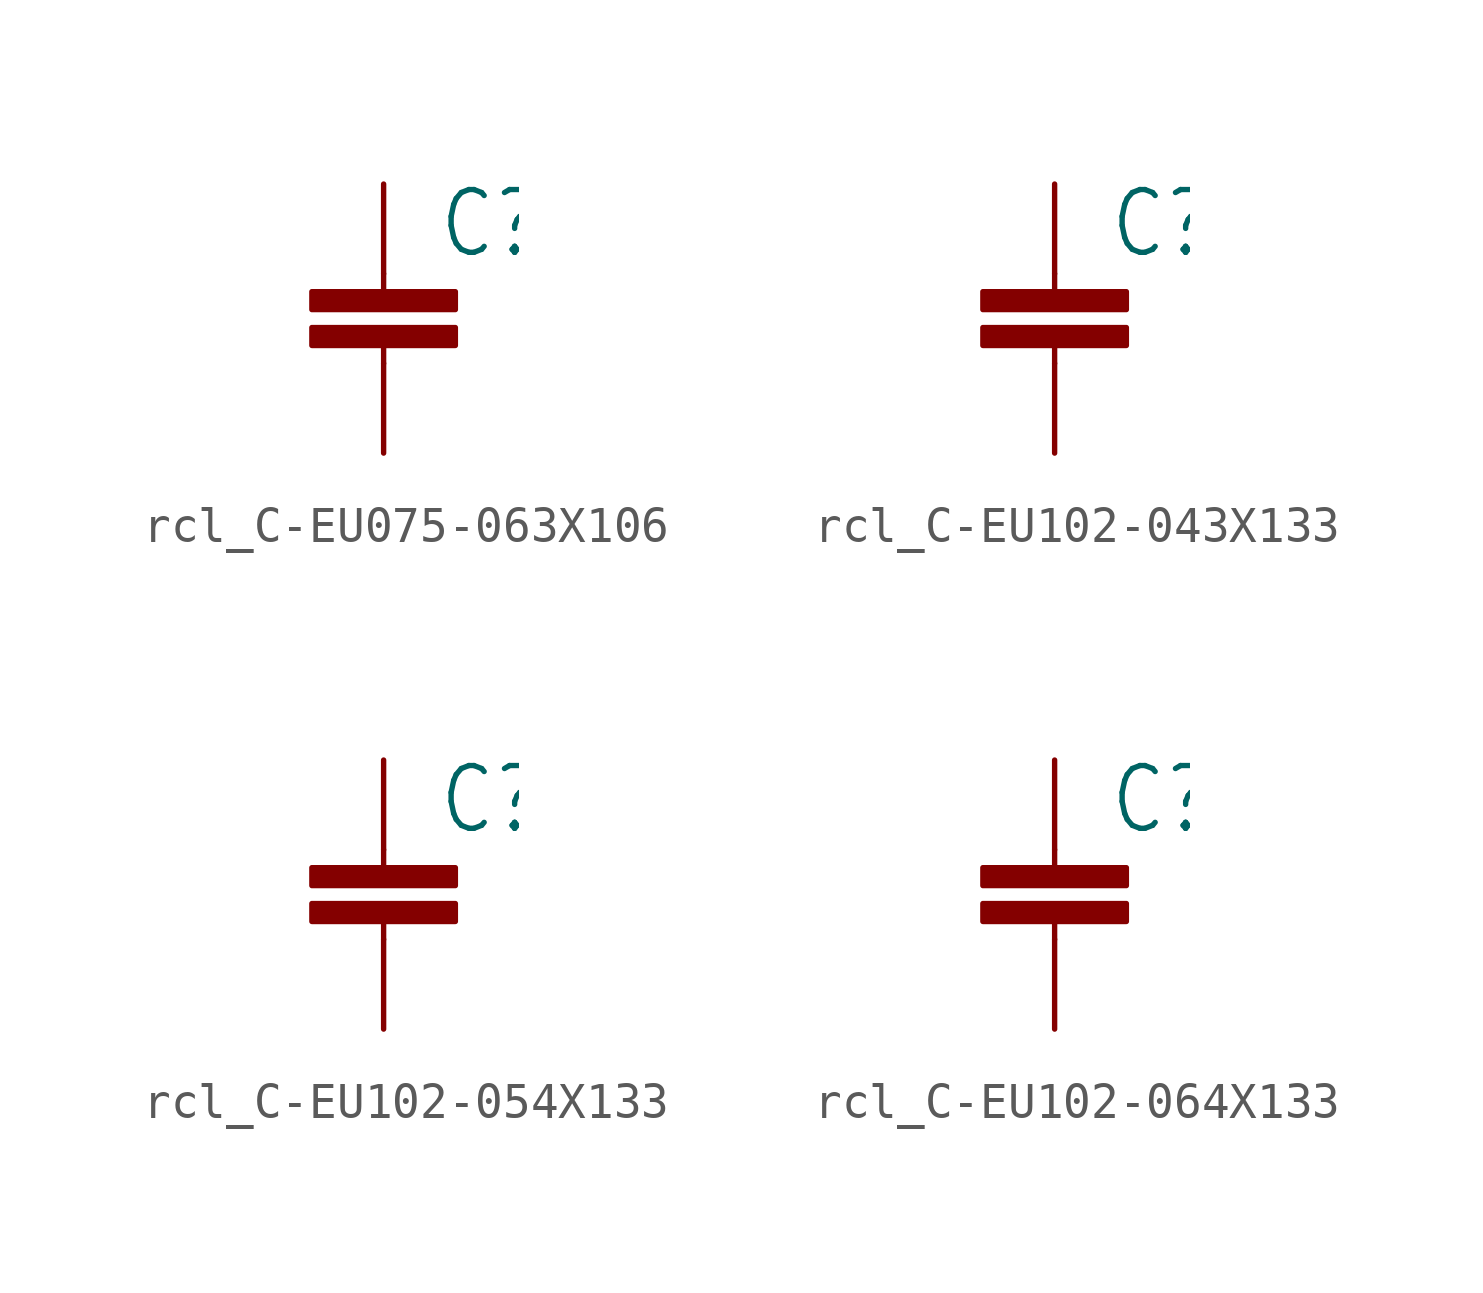
<source format=kicad_sym>
(kicad_symbol_lib
  (version 20231120)
  (generator "kicad_symbol_editor")
  (generator_version "8.0")
  (symbol "rcl_C-EU075-063X106"
    (property "Reference" "C"
      (at 1.524 0.381 0)
      (effects (font (size 1.778 1.511)) (justify left bottom)))
    (property "Value" ""
      (at 1.524 -4.699 0)
      (effects (font (size 1.778 1.511)) (justify left bottom)))
    (property "ki_locked" ""
      (at 0 0 0)
      (effects (font (size 1.27 1.27))))
    (symbol "rcl_C-EU075-063X106_1_0"
      (rectangle (start -2.032 -2.032) (end 2.032 -1.524) (stroke (width 0) (type default)) (fill (type outline)))
      (rectangle (start -2.032 -1.016) (end 2.032 -0.508) (stroke (width 0) (type default)) (fill (type outline)))
      (polyline (pts (xy 0 -2.54) (xy 0 -2.032)) (stroke (width 0.152) (type solid)) (fill (type none)))
      (polyline (pts (xy 0 0) (xy 0 -0.508)) (stroke (width 0.152) (type solid)) (fill (type none)))
      (pin passive line (at 0 2.54 270) (length 2.54) (name "1" (effects (font (size 0 0)))) (number "1" (effects (font (size 0 0)))))
      (pin passive line (at 0 -5.08 90) (length 2.54) (name "2" (effects (font (size 0 0)))) (number "2" (effects (font (size 0 0)))))))
  (symbol "rcl_C-EU102-043X133"
    (property "Reference" "C"
      (at 1.524 0.381 0)
      (effects (font (size 1.778 1.511)) (justify left bottom)))
    (property "Value" ""
      (at 1.524 -4.699 0)
      (effects (font (size 1.778 1.511)) (justify left bottom)))
    (property "ki_locked" ""
      (at 0 0 0)
      (effects (font (size 1.27 1.27))))
    (symbol "rcl_C-EU102-043X133_1_0"
      (rectangle (start -2.032 -2.032) (end 2.032 -1.524) (stroke (width 0) (type default)) (fill (type outline)))
      (rectangle (start -2.032 -1.016) (end 2.032 -0.508) (stroke (width 0) (type default)) (fill (type outline)))
      (polyline (pts (xy 0 -2.54) (xy 0 -2.032)) (stroke (width 0.152) (type solid)) (fill (type none)))
      (polyline (pts (xy 0 0) (xy 0 -0.508)) (stroke (width 0.152) (type solid)) (fill (type none)))
      (pin passive line (at 0 2.54 270) (length 2.54) (name "1" (effects (font (size 0 0)))) (number "1" (effects (font (size 0 0)))))
      (pin passive line (at 0 -5.08 90) (length 2.54) (name "2" (effects (font (size 0 0)))) (number "2" (effects (font (size 0 0)))))))
  (symbol "rcl_C-EU102-054X133"
    (property "Reference" "C"
      (at 1.524 0.381 0)
      (effects (font (size 1.778 1.511)) (justify left bottom)))
    (property "Value" ""
      (at 1.524 -4.699 0)
      (effects (font (size 1.778 1.511)) (justify left bottom)))
    (property "ki_locked" ""
      (at 0 0 0)
      (effects (font (size 1.27 1.27))))
    (symbol "rcl_C-EU102-054X133_1_0"
      (rectangle (start -2.032 -2.032) (end 2.032 -1.524) (stroke (width 0) (type default)) (fill (type outline)))
      (rectangle (start -2.032 -1.016) (end 2.032 -0.508) (stroke (width 0) (type default)) (fill (type outline)))
      (polyline (pts (xy 0 -2.54) (xy 0 -2.032)) (stroke (width 0.152) (type solid)) (fill (type none)))
      (polyline (pts (xy 0 0) (xy 0 -0.508)) (stroke (width 0.152) (type solid)) (fill (type none)))
      (pin passive line (at 0 2.54 270) (length 2.54) (name "1" (effects (font (size 0 0)))) (number "1" (effects (font (size 0 0)))))
      (pin passive line (at 0 -5.08 90) (length 2.54) (name "2" (effects (font (size 0 0)))) (number "2" (effects (font (size 0 0)))))))
  (symbol "rcl_C-EU102-064X133"
    (property "Reference" "C"
      (at 1.524 0.381 0)
      (effects (font (size 1.778 1.511)) (justify left bottom)))
    (property "Value" ""
      (at 1.524 -4.699 0)
      (effects (font (size 1.778 1.511)) (justify left bottom)))
    (property "ki_locked" ""
      (at 0 0 0)
      (effects (font (size 1.27 1.27))))
    (symbol "rcl_C-EU102-064X133_1_0"
      (rectangle (start -2.032 -2.032) (end 2.032 -1.524) (stroke (width 0) (type default)) (fill (type outline)))
      (rectangle (start -2.032 -1.016) (end 2.032 -0.508) (stroke (width 0) (type default)) (fill (type outline)))
      (polyline (pts (xy 0 -2.54) (xy 0 -2.032)) (stroke (width 0.152) (type solid)) (fill (type none)))
      (polyline (pts (xy 0 0) (xy 0 -0.508)) (stroke (width 0.152) (type solid)) (fill (type none)))
      (pin passive line (at 0 2.54 270) (length 2.54) (name "1" (effects (font (size 0 0)))) (number "1" (effects (font (size 0 0)))))
      (pin passive line (at 0 -5.08 90) (length 2.54) (name "2" (effects (font (size 0 0)))) (number "2" (effects (font (size 0 0))))))))
</source>
